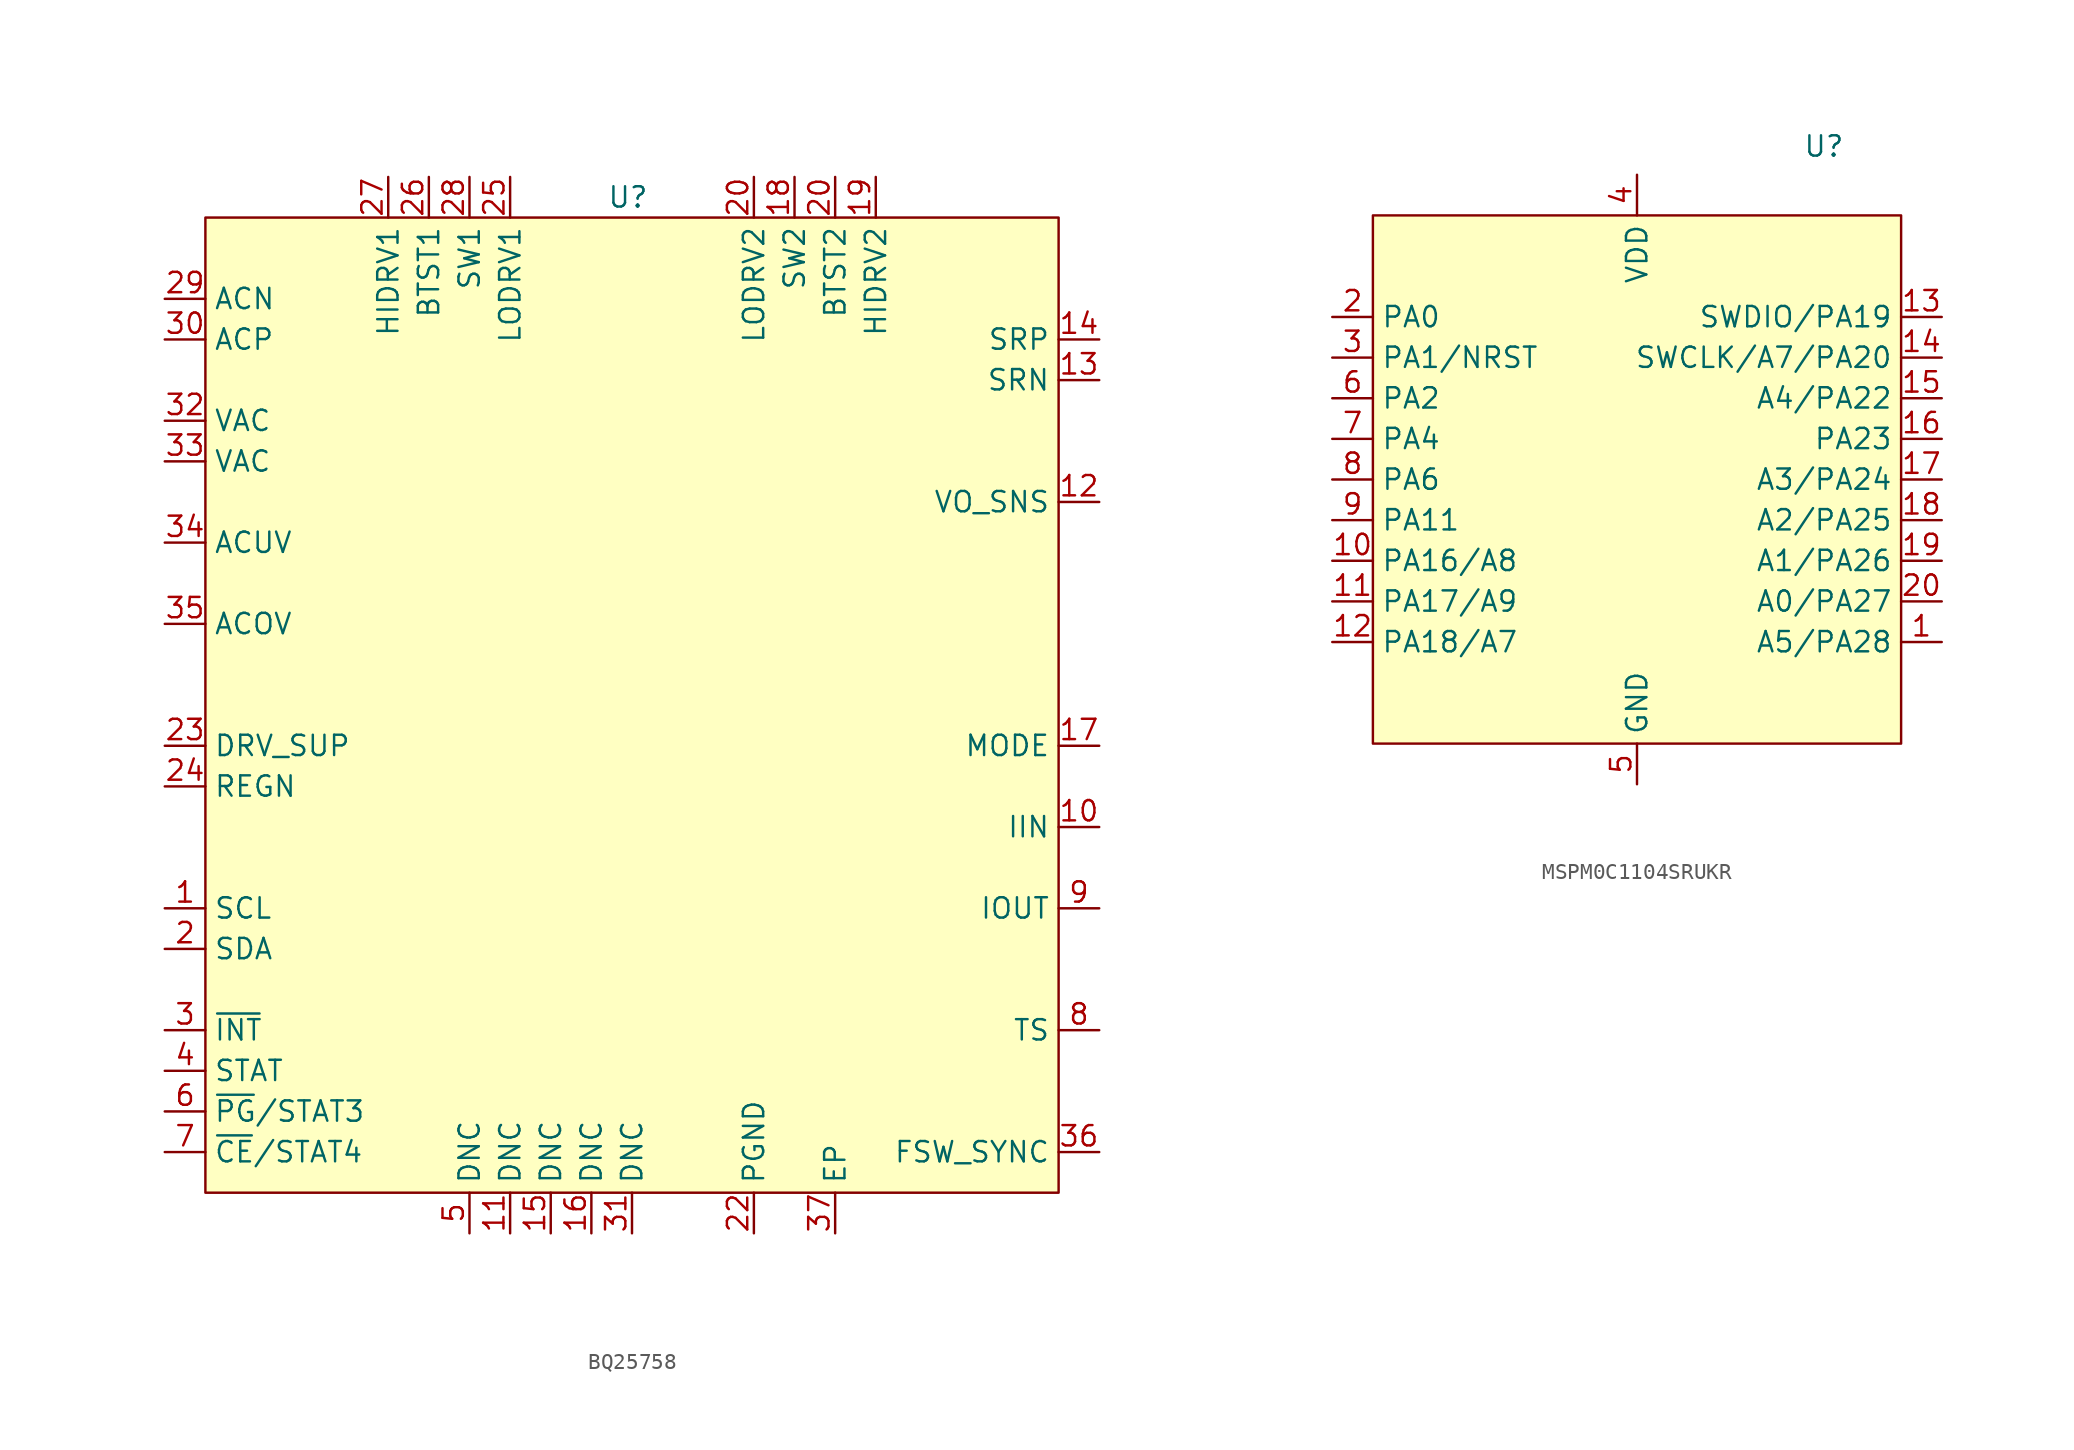
<source format=kicad_sym>
(kicad_symbol_lib
  (version 20241209)
  (generator "kicad_symbol_editor")
  (generator_version "9.0")
  (symbol "BQ25758"
    (property "Reference" "U"
      (at -0.254 31.75 0)
      (effects (font (size 1.27 1.27))))
    (symbol "BQ25758_1_1"
      (rectangle (start -26.67 30.48) (end 26.67 -30.48) (stroke (width 0) (type solid)) (fill (type background)))
      (pin input line (at -29.21 25.4 0) (length 2.54) (name "ACN" (effects (font (size 1.27 1.27)))) (number "29" (effects (font (size 1.27 1.27)))))
      (pin input line (at -29.21 22.86 0) (length 2.54) (name "ACP" (effects (font (size 1.27 1.27)))) (number "30" (effects (font (size 1.27 1.27)))))
      (pin power_in line (at -29.21 17.78 0) (length 2.54) (name "VAC" (effects (font (size 1.27 1.27)))) (number "32" (effects (font (size 1.27 1.27)))))
      (pin power_in line (at -29.21 15.24 0) (length 2.54) (name "VAC" (effects (font (size 1.27 1.27)))) (number "33" (effects (font (size 1.27 1.27)))))
      (pin input line (at -29.21 10.16 0) (length 2.54) (name "ACUV" (effects (font (size 1.27 1.27)))) (number "34" (effects (font (size 1.27 1.27)))))
      (pin input line (at -29.21 5.08 0) (length 2.54) (name "ACOV" (effects (font (size 1.27 1.27)))) (number "35" (effects (font (size 1.27 1.27)))))
      (pin power_in line (at -29.21 -2.54 0) (length 2.54) (name "DRV_SUP" (effects (font (size 1.27 1.27)))) (number "23" (effects (font (size 1.27 1.27)))))
      (pin power_out line (at -29.21 -5.08 0) (length 2.54) (name "REGN" (effects (font (size 1.27 1.27)))) (number "24" (effects (font (size 1.27 1.27)))))
      (pin input line (at -29.21 -12.7 0) (length 2.54) (name "SCL" (effects (font (size 1.27 1.27)))) (number "1" (effects (font (size 1.27 1.27)))))
      (pin bidirectional line (at -29.21 -15.24 0) (length 2.54) (name "SDA" (effects (font (size 1.27 1.27)))) (number "2" (effects (font (size 1.27 1.27)))))
      (pin open_collector line (at -29.21 -20.32 0) (length 2.54) (name "~{INT}" (effects (font (size 1.27 1.27)))) (number "3" (effects (font (size 1.27 1.27)))))
      (pin open_collector line (at -29.21 -22.86 0) (length 2.54) (name "STAT" (effects (font (size 1.27 1.27)))) (number "4" (effects (font (size 1.27 1.27)))))
      (pin open_collector line (at -29.21 -25.4 0) (length 2.54) (name "~{PG}/STAT3" (effects (font (size 1.27 1.27)))) (number "6" (effects (font (size 1.27 1.27)))))
      (pin bidirectional line (at -29.21 -27.94 0) (length 2.54) (name "~{CE}/STAT4" (effects (font (size 1.27 1.27)))) (number "7" (effects (font (size 1.27 1.27)))))
      (pin output line (at -15.24 33.02 270) (length 2.54) (name "HIDRV1" (effects (font (size 1.27 1.27)))) (number "27" (effects (font (size 1.27 1.27)))))
      (pin power_in line (at -12.7 33.02 270) (length 2.54) (name "BTST1" (effects (font (size 1.27 1.27)))) (number "26" (effects (font (size 1.27 1.27)))))
      (pin input line (at -10.16 33.02 270) (length 2.54) (name "SW1" (effects (font (size 1.27 1.27)))) (number "28" (effects (font (size 1.27 1.27)))))
      (pin unspecified line (at -10.16 -33.02 90) (length 2.54) (name "DNC" (effects (font (size 1.27 1.27)))) (number "5" (effects (font (size 1.27 1.27)))))
      (pin output line (at -7.62 33.02 270) (length 2.54) (name "LODRV1" (effects (font (size 1.27 1.27)))) (number "25" (effects (font (size 1.27 1.27)))))
      (pin unspecified line (at -7.62 -33.02 90) (length 2.54) (name "DNC" (effects (font (size 1.27 1.27)))) (number "11" (effects (font (size 1.27 1.27)))))
      (pin unspecified line (at -5.08 -33.02 90) (length 2.54) (name "DNC" (effects (font (size 1.27 1.27)))) (number "15" (effects (font (size 1.27 1.27)))))
      (pin unspecified line (at -2.54 -33.02 90) (length 2.54) (name "DNC" (effects (font (size 1.27 1.27)))) (number "16" (effects (font (size 1.27 1.27)))))
      (pin unspecified line (at 0 -33.02 90) (length 2.54) (name "DNC" (effects (font (size 1.27 1.27)))) (number "31" (effects (font (size 1.27 1.27)))))
      (pin output line (at 7.62 33.02 270) (length 2.54) (name "LODRV2" (effects (font (size 1.27 1.27)))) (number "20" (effects (font (size 1.27 1.27)))))
      (pin power_in line (at 7.62 -33.02 90) (length 2.54) (name "PGND" (effects (font (size 1.27 1.27)))) (number "22" (effects (font (size 1.27 1.27)))))
      (pin input line (at 10.16 33.02 270) (length 2.54) (name "SW2" (effects (font (size 1.27 1.27)))) (number "18" (effects (font (size 1.27 1.27)))))
      (pin power_in line (at 12.7 33.02 270) (length 2.54) (name "BTST2" (effects (font (size 1.27 1.27)))) (number "20" (effects (font (size 1.27 1.27)))))
      (pin unspecified line (at 12.7 -33.02 90) (length 2.54) (name "EP" (effects (font (size 1.27 1.27)))) (number "37" (effects (font (size 1.27 1.27)))))
      (pin output line (at 15.24 33.02 270) (length 2.54) (name "HIDRV2" (effects (font (size 1.27 1.27)))) (number "19" (effects (font (size 1.27 1.27)))))
      (pin input line (at 29.21 22.86 180) (length 2.54) (name "SRP" (effects (font (size 1.27 1.27)))) (number "14" (effects (font (size 1.27 1.27)))))
      (pin input line (at 29.21 20.32 180) (length 2.54) (name "SRN" (effects (font (size 1.27 1.27)))) (number "13" (effects (font (size 1.27 1.27)))))
      (pin input line (at 29.21 12.7 180) (length 2.54) (name "VO_SNS" (effects (font (size 1.27 1.27)))) (number "12" (effects (font (size 1.27 1.27)))))
      (pin input line (at 29.21 -2.54 180) (length 2.54) (name "MODE" (effects (font (size 1.27 1.27)))) (number "17" (effects (font (size 1.27 1.27)))))
      (pin bidirectional line (at 29.21 -7.62 180) (length 2.54) (name "IIN" (effects (font (size 1.27 1.27)))) (number "10" (effects (font (size 1.27 1.27)))))
      (pin bidirectional line (at 29.21 -12.7 180) (length 2.54) (name "IOUT" (effects (font (size 1.27 1.27)))) (number "9" (effects (font (size 1.27 1.27)))))
      (pin input line (at 29.21 -20.32 180) (length 2.54) (name "TS" (effects (font (size 1.27 1.27)))) (number "8" (effects (font (size 1.27 1.27)))))
      (pin input line (at 29.21 -27.94 180) (length 2.54) (name "FSW_SYNC" (effects (font (size 1.27 1.27)))) (number "36" (effects (font (size 1.27 1.27)))))))
  (symbol "MSPM0C1104SRUKR"
    (property "Reference" "U"
      (at 11.684 20.828 0)
      (effects (font (size 1.27 1.27))))
    (property "Value" ""
      (at 0 0 0)
      (effects (font (size 1.27 1.27))))
    (symbol "MSPM0C1104SRUKR_1_1"
      (rectangle (start -16.51 16.51) (end 16.51 -16.51) (stroke (width 0) (type solid)) (fill (type background)))
      (pin bidirectional line (at -19.05 10.16 0) (length 2.54) (name "PA0" (effects (font (size 1.27 1.27)))) (number "2" (effects (font (size 1.27 1.27)))))
      (pin bidirectional line (at -19.05 7.62 0) (length 2.54) (name "PA1/NRST" (effects (font (size 1.27 1.27)))) (number "3" (effects (font (size 1.27 1.27)))))
      (pin bidirectional line (at -19.05 5.08 0) (length 2.54) (name "PA2" (effects (font (size 1.27 1.27)))) (number "6" (effects (font (size 1.27 1.27)))))
      (pin bidirectional line (at -19.05 2.54 0) (length 2.54) (name "PA4" (effects (font (size 1.27 1.27)))) (number "7" (effects (font (size 1.27 1.27)))))
      (pin bidirectional line (at -19.05 0 0) (length 2.54) (name "PA6" (effects (font (size 1.27 1.27)))) (number "8" (effects (font (size 1.27 1.27)))))
      (pin bidirectional line (at -19.05 -2.54 0) (length 2.54) (name "PA11" (effects (font (size 1.27 1.27)))) (number "9" (effects (font (size 1.27 1.27)))))
      (pin bidirectional line (at -19.05 -5.08 0) (length 2.54) (name "PA16/A8" (effects (font (size 1.27 1.27)))) (number "10" (effects (font (size 1.27 1.27)))))
      (pin bidirectional line (at -19.05 -7.62 0) (length 2.54) (name "PA17/A9" (effects (font (size 1.27 1.27)))) (number "11" (effects (font (size 1.27 1.27)))))
      (pin bidirectional line (at -19.05 -10.16 0) (length 2.54) (name "PA18/A7" (effects (font (size 1.27 1.27)))) (number "12" (effects (font (size 1.27 1.27)))))
      (pin power_in line (at 0 19.05 270) (length 2.54) (name "VDD" (effects (font (size 1.27 1.27)))) (number "4" (effects (font (size 1.27 1.27)))))
      (pin power_in line (at 0 -19.05 90) (length 2.54) (name "GND" (effects (font (size 1.27 1.27)))) (number "5" (effects (font (size 1.27 1.27)))))
      (pin bidirectional line (at 19.05 10.16 180) (length 2.54) (name "SWDIO/PA19" (effects (font (size 1.27 1.27)))) (number "13" (effects (font (size 1.27 1.27)))))
      (pin bidirectional line (at 19.05 7.62 180) (length 2.54) (name "SWCLK/A7/PA20" (effects (font (size 1.27 1.27)))) (number "14" (effects (font (size 1.27 1.27)))))
      (pin bidirectional line (at 19.05 5.08 180) (length 2.54) (name "A4/PA22" (effects (font (size 1.27 1.27)))) (number "15" (effects (font (size 1.27 1.27)))))
      (pin bidirectional line (at 19.05 2.54 180) (length 2.54) (name "PA23" (effects (font (size 1.27 1.27)))) (number "16" (effects (font (size 1.27 1.27)))))
      (pin bidirectional line (at 19.05 0 180) (length 2.54) (name "A3/PA24" (effects (font (size 1.27 1.27)))) (number "17" (effects (font (size 1.27 1.27)))))
      (pin bidirectional line (at 19.05 -2.54 180) (length 2.54) (name "A2/PA25" (effects (font (size 1.27 1.27)))) (number "18" (effects (font (size 1.27 1.27)))))
      (pin bidirectional line (at 19.05 -5.08 180) (length 2.54) (name "A1/PA26" (effects (font (size 1.27 1.27)))) (number "19" (effects (font (size 1.27 1.27)))))
      (pin bidirectional line (at 19.05 -7.62 180) (length 2.54) (name "A0/PA27" (effects (font (size 1.27 1.27)))) (number "20" (effects (font (size 1.27 1.27)))))
      (pin bidirectional line (at 19.05 -10.16 180) (length 2.54) (name "A5/PA28" (effects (font (size 1.27 1.27)))) (number "1" (effects (font (size 1.27 1.27))))))))
</source>
